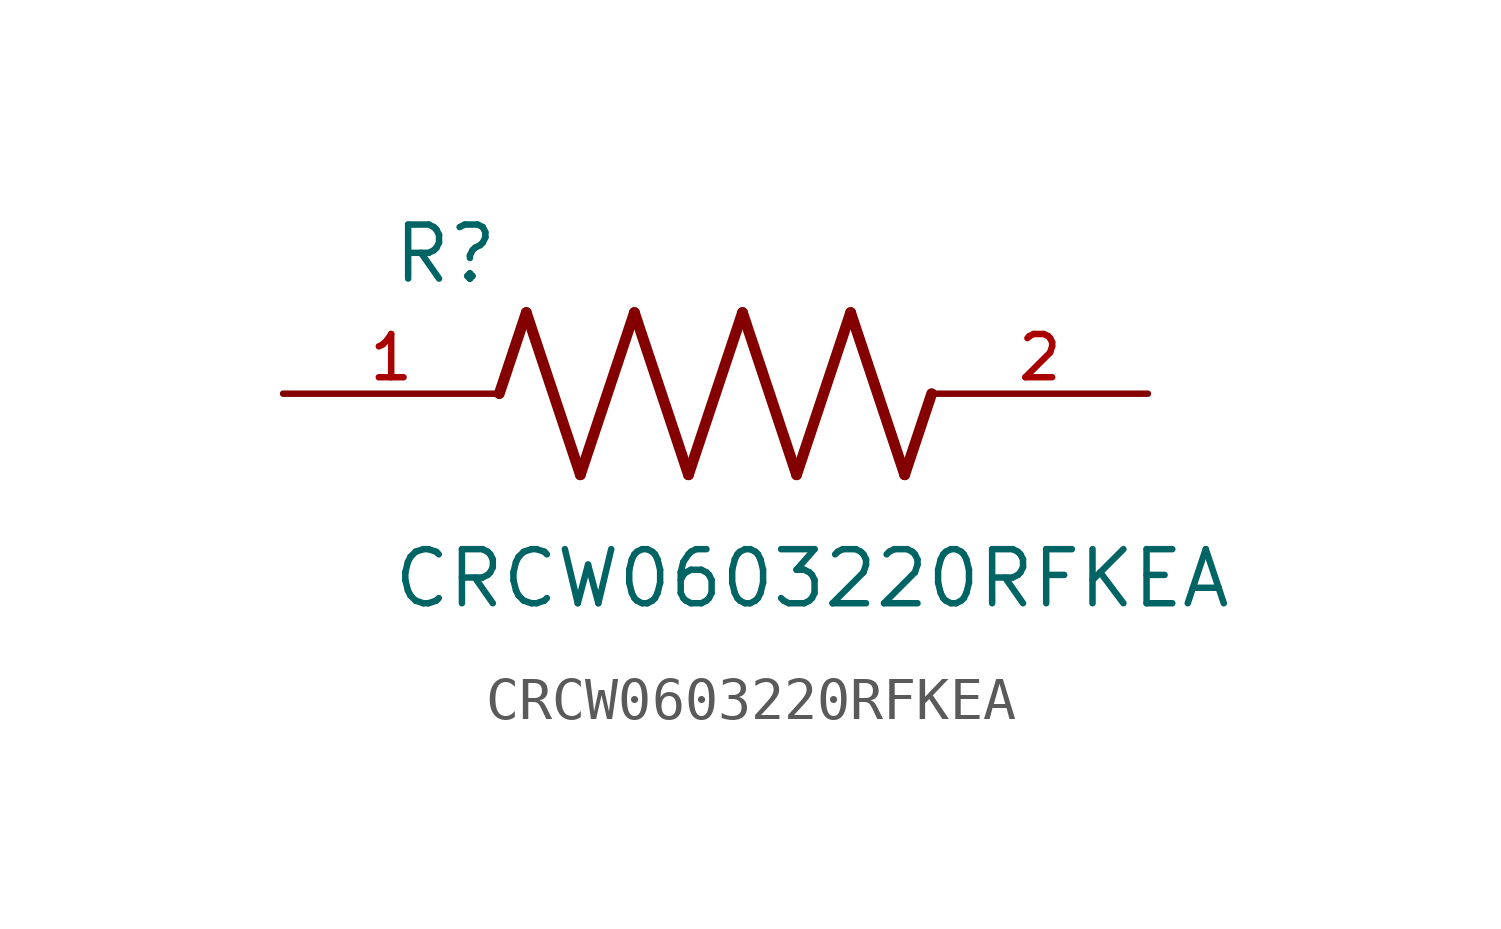
<source format=kicad_sym>
(kicad_symbol_lib
  (version 20211014)
  (generator kicad_symbol_editor)
  (symbol "CRCW0603220RFKEA"
    (pin_names
      (offset 1.016))
    (property "Reference" "R"
      (at -7.624 2.541 0)
      (effects (font (size 1.27 1.27)) (justify bottom left)))
    (property "Value" "CRCW0603220RFKEA"
      (at -7.63 -5.087 0)
      (effects (font (size 1.27 1.27)) (justify bottom left)))
    (symbol "CRCW0603220RFKEA_0_0"
      (polyline (pts (xy -5.08 0.0) (xy -4.445 1.905)) (stroke (width 0.254)))
      (polyline (pts (xy -4.445 1.905) (xy -3.175 -1.905)) (stroke (width 0.254)))
      (polyline (pts (xy -3.175 -1.905) (xy -1.905 1.905)) (stroke (width 0.254)))
      (polyline (pts (xy -1.905 1.905) (xy -0.635 -1.905)) (stroke (width 0.254)))
      (polyline (pts (xy -0.635 -1.905) (xy 0.635 1.905)) (stroke (width 0.254)))
      (polyline (pts (xy 0.635 1.905) (xy 1.905 -1.905)) (stroke (width 0.254)))
      (polyline (pts (xy 1.905 -1.905) (xy 3.175 1.905)) (stroke (width 0.254)))
      (polyline (pts (xy 3.175 1.905) (xy 4.445 -1.905)) (stroke (width 0.254)))
      (polyline (pts (xy 4.445 -1.905) (xy 5.08 0.0)) (stroke (width 0.254)))
      (pin passive line (at -10.16 0.0 0) (length 5.08) (name "~" (effects (font (size 1.016 1.016)))) (number "1" (effects (font (size 1.016 1.016)))))
      (pin passive line (at 10.16 0.0 180.0) (length 5.08) (name "~" (effects (font (size 1.016 1.016)))) (number "2" (effects (font (size 1.016 1.016))))))))
</source>
